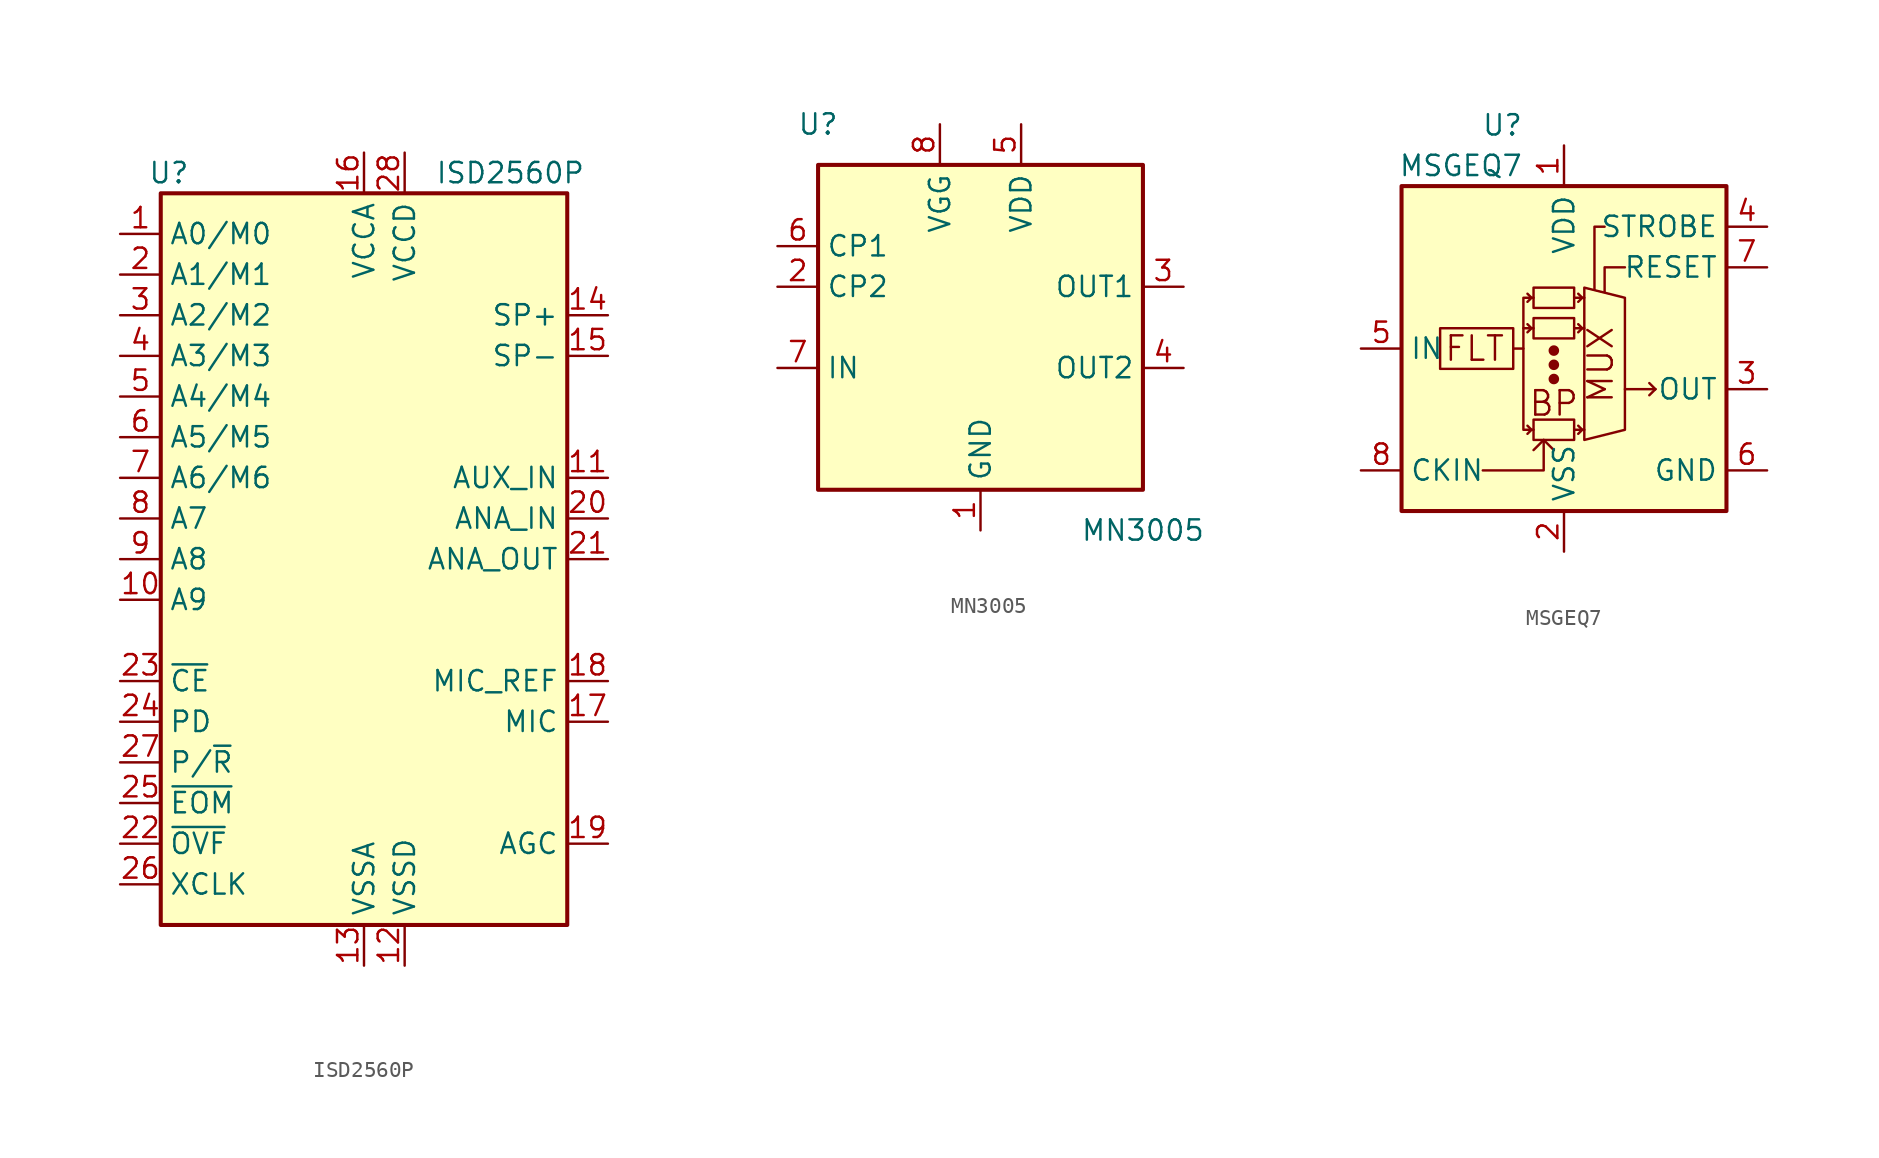
<source format=kicad_sym>
(kicad_symbol_lib
  (version 20231120)
  (generator "kicad_symbol_editor")
  (generator_version "8.0")
  (symbol "ISD2560P"
    (property "Reference" "U"
      (at -12.192 24.13 0)
      (effects (font (size 1.27 1.27))))
    (property "Value" "ISD2560P"
      (at 9.144 24.13 0)
      (effects (font (size 1.27 1.27))))
    (symbol "ISD2560P_0_1"
      (rectangle (start -12.7 22.86) (end 12.7 -22.86) (stroke (width 0.254) (type solid)) (fill (type background))))
    (symbol "ISD2560P_1_1"
      (pin input line (at -15.24 20.32 0) (length 2.54) (name "A0/M0" (effects (font (size 1.27 1.27)))) (number "1" (effects (font (size 1.27 1.27)))))
      (pin input line (at -15.24 -2.54 0) (length 2.54) (name "A9" (effects (font (size 1.27 1.27)))) (number "10" (effects (font (size 1.27 1.27)))))
      (pin input line (at 15.24 5.08 180) (length 2.54) (name "AUX_IN" (effects (font (size 1.27 1.27)))) (number "11" (effects (font (size 1.27 1.27)))))
      (pin power_in line (at 2.54 -25.4 90) (length 2.54) (name "VSSD" (effects (font (size 1.27 1.27)))) (number "12" (effects (font (size 1.27 1.27)))))
      (pin power_in line (at 0 -25.4 90) (length 2.54) (name "VSSA" (effects (font (size 1.27 1.27)))) (number "13" (effects (font (size 1.27 1.27)))))
      (pin output line (at 15.24 15.24 180) (length 2.54) (name "SP+" (effects (font (size 1.27 1.27)))) (number "14" (effects (font (size 1.27 1.27)))))
      (pin output line (at 15.24 12.7 180) (length 2.54) (name "SP-" (effects (font (size 1.27 1.27)))) (number "15" (effects (font (size 1.27 1.27)))))
      (pin power_in line (at 0 25.4 270) (length 2.54) (name "VCCA" (effects (font (size 1.27 1.27)))) (number "16" (effects (font (size 1.27 1.27)))))
      (pin input line (at 15.24 -10.16 180) (length 2.54) (name "MIC" (effects (font (size 1.27 1.27)))) (number "17" (effects (font (size 1.27 1.27)))))
      (pin passive line (at 15.24 -7.62 180) (length 2.54) (name "MIC_REF" (effects (font (size 1.27 1.27)))) (number "18" (effects (font (size 1.27 1.27)))))
      (pin passive line (at 15.24 -17.78 180) (length 2.54) (name "AGC" (effects (font (size 1.27 1.27)))) (number "19" (effects (font (size 1.27 1.27)))))
      (pin input line (at -15.24 17.78 0) (length 2.54) (name "A1/M1" (effects (font (size 1.27 1.27)))) (number "2" (effects (font (size 1.27 1.27)))))
      (pin input line (at 15.24 2.54 180) (length 2.54) (name "ANA_IN" (effects (font (size 1.27 1.27)))) (number "20" (effects (font (size 1.27 1.27)))))
      (pin output line (at 15.24 0 180) (length 2.54) (name "ANA_OUT" (effects (font (size 1.27 1.27)))) (number "21" (effects (font (size 1.27 1.27)))))
      (pin output line (at -15.24 -17.78 0) (length 2.54) (name "~{OVF}" (effects (font (size 1.27 1.27)))) (number "22" (effects (font (size 1.27 1.27)))))
      (pin input line (at -15.24 -7.62 0) (length 2.54) (name "~{CE}" (effects (font (size 1.27 1.27)))) (number "23" (effects (font (size 1.27 1.27)))))
      (pin input line (at -15.24 -10.16 0) (length 2.54) (name "PD" (effects (font (size 1.27 1.27)))) (number "24" (effects (font (size 1.27 1.27)))))
      (pin output line (at -15.24 -15.24 0) (length 2.54) (name "~{EOM}" (effects (font (size 1.27 1.27)))) (number "25" (effects (font (size 1.27 1.27)))))
      (pin input line (at -15.24 -20.32 0) (length 2.54) (name "XCLK" (effects (font (size 1.27 1.27)))) (number "26" (effects (font (size 1.27 1.27)))))
      (pin input line (at -15.24 -12.7 0) (length 2.54) (name "P/~{R}" (effects (font (size 1.27 1.27)))) (number "27" (effects (font (size 1.27 1.27)))))
      (pin power_in line (at 2.54 25.4 270) (length 2.54) (name "VCCD" (effects (font (size 1.27 1.27)))) (number "28" (effects (font (size 1.27 1.27)))))
      (pin input line (at -15.24 15.24 0) (length 2.54) (name "A2/M2" (effects (font (size 1.27 1.27)))) (number "3" (effects (font (size 1.27 1.27)))))
      (pin input line (at -15.24 12.7 0) (length 2.54) (name "A3/M3" (effects (font (size 1.27 1.27)))) (number "4" (effects (font (size 1.27 1.27)))))
      (pin input line (at -15.24 10.16 0) (length 2.54) (name "A4/M4" (effects (font (size 1.27 1.27)))) (number "5" (effects (font (size 1.27 1.27)))))
      (pin input line (at -15.24 7.62 0) (length 2.54) (name "A5/M5" (effects (font (size 1.27 1.27)))) (number "6" (effects (font (size 1.27 1.27)))))
      (pin input line (at -15.24 5.08 0) (length 2.54) (name "A6/M6" (effects (font (size 1.27 1.27)))) (number "7" (effects (font (size 1.27 1.27)))))
      (pin input line (at -15.24 2.54 0) (length 2.54) (name "A7" (effects (font (size 1.27 1.27)))) (number "8" (effects (font (size 1.27 1.27)))))
      (pin input line (at -15.24 0 0) (length 2.54) (name "A8" (effects (font (size 1.27 1.27)))) (number "9" (effects (font (size 1.27 1.27)))))))
  (symbol "MN3005"
    (property "Reference" "U"
      (at -10.16 12.7 0)
      (effects (font (size 1.27 1.27))))
    (property "Value" "MN3005"
      (at 10.16 -12.7 0)
      (effects (font (size 1.27 1.27))))
    (symbol "MN3005_0_1"
      (rectangle (start -10.16 10.16) (end 10.16 -10.16) (stroke (width 0.254) (type solid)) (fill (type background))))
    (symbol "MN3005_1_1"
      (pin power_in line (at 0 -12.7 90) (length 2.54) (name "GND" (effects (font (size 1.27 1.27)))) (number "1" (effects (font (size 1.27 1.27)))))
      (pin input line (at -12.7 2.54 0) (length 2.54) (name "CP2" (effects (font (size 1.27 1.27)))) (number "2" (effects (font (size 1.27 1.27)))))
      (pin output line (at 12.7 2.54 180) (length 2.54) (name "OUT1" (effects (font (size 1.27 1.27)))) (number "3" (effects (font (size 1.27 1.27)))))
      (pin output line (at 12.7 -2.54 180) (length 2.54) (name "OUT2" (effects (font (size 1.27 1.27)))) (number "4" (effects (font (size 1.27 1.27)))))
      (pin power_in line (at 2.54 12.7 270) (length 2.54) (name "VDD" (effects (font (size 1.27 1.27)))) (number "5" (effects (font (size 1.27 1.27)))))
      (pin input line (at -12.7 5.08 0) (length 2.54) (name "CP1" (effects (font (size 1.27 1.27)))) (number "6" (effects (font (size 1.27 1.27)))))
      (pin input line (at -12.7 -2.54 0) (length 2.54) (name "IN" (effects (font (size 1.27 1.27)))) (number "7" (effects (font (size 1.27 1.27)))))
      (pin power_in line (at -2.54 12.7 270) (length 2.54) (name "VGG" (effects (font (size 1.27 1.27)))) (number "8" (effects (font (size 1.27 1.27)))))))
  (symbol "MSGEQ7"
    (property "Reference" "U"
      (at -2.54 13.97 0)
      (effects (font (size 1.27 1.27)) (justify right)))
    (property "Value" "MSGEQ7"
      (at -2.54 11.43 0)
      (effects (font (size 1.27 1.27)) (justify right)))
    (symbol "MSGEQ7_0_0"
      (polyline (pts (xy -5.08 -7.62) (xy -1.27 -7.62) (xy -1.27 -5.715)) (stroke (width 0) (type solid)) (fill (type none)))
      (polyline (pts (xy -1.905 -6.35) (xy -1.27 -5.715) (xy -0.635 -6.35)) (stroke (width 0) (type solid)) (fill (type none)))
      (polyline (pts (xy 2.54 7.62) (xy 1.905 7.62) (xy 1.905 3.683)) (stroke (width 0) (type solid)) (fill (type none)))
      (polyline (pts (xy 3.81 5.08) (xy 2.54 5.08) (xy 2.54 3.556)) (stroke (width 0) (type solid)) (fill (type none)))
      (text "BP" (at -0.635 -3.429 0) (effects (font (size 1.524 1.524))))
      (text "FLT" (at -5.588 0 0) (effects (font (size 1.524 1.524))))
      (text "MUX" (at 2.286 -1.016 900) (effects (font (size 1.524 1.524)))))
    (symbol "MSGEQ7_0_1"
      (rectangle (start -3.175 -1.27) (end -7.747 1.27) (stroke (width 0) (type solid)) (fill (type none)))
      (rectangle (start -1.905 -4.445) (end 0.635 -5.715) (stroke (width 0) (type solid)) (fill (type none)))
      (rectangle (start -1.905 1.905) (end 0.635 0.635) (stroke (width 0) (type solid)) (fill (type none)))
      (circle (center -0.635 -1.905) (radius 0.254) (stroke (width 0) (type solid)) (fill (type outline)))
      (circle (center -0.635 -1.016) (radius 0.254) (stroke (width 0) (type solid)) (fill (type outline)))
      (circle (center -0.635 -0.127) (radius 0.254) (stroke (width 0) (type solid)) (fill (type outline)))
      (polyline (pts (xy -3.175 0) (xy -2.54 0)) (stroke (width 0) (type solid)) (fill (type none)))
      (polyline (pts (xy -2.54 1.27) (xy -1.905 1.27)) (stroke (width 0) (type solid)) (fill (type none)))
      (polyline (pts (xy 0.635 -5.08) (xy 1.27 -5.08)) (stroke (width 0) (type solid)) (fill (type none)))
      (polyline (pts (xy 0.635 1.27) (xy 1.27 1.27)) (stroke (width 0) (type solid)) (fill (type none)))
      (polyline (pts (xy 0.635 3.175) (xy 1.27 3.175)) (stroke (width 0) (type solid)) (fill (type none)))
      (polyline (pts (xy 3.81 -2.54) (xy 5.715 -2.54)) (stroke (width 0) (type solid)) (fill (type none)))
      (polyline (pts (xy 5.715 -2.54) (xy 5.334 -2.921)) (stroke (width 0) (type solid)) (fill (type none)))
      (polyline (pts (xy 5.715 -2.54) (xy 5.334 -2.159)) (stroke (width 0) (type solid)) (fill (type none)))
      (polyline (pts (xy -2.286 -4.826) (xy -2.032 -5.08) (xy -2.286 -5.334)) (stroke (width 0) (type solid)) (fill (type none)))
      (polyline (pts (xy -2.286 1.524) (xy -2.032 1.27) (xy -2.286 1.016)) (stroke (width 0) (type solid)) (fill (type none)))
      (polyline (pts (xy -2.286 3.429) (xy -2.032 3.175) (xy -2.286 2.921)) (stroke (width 0) (type solid)) (fill (type none)))
      (polyline (pts (xy 0.889 -4.826) (xy 1.143 -5.08) (xy 0.889 -5.334)) (stroke (width 0) (type solid)) (fill (type none)))
      (polyline (pts (xy 0.889 1.524) (xy 1.143 1.27) (xy 0.889 1.016)) (stroke (width 0) (type solid)) (fill (type none)))
      (polyline (pts (xy 0.889 3.429) (xy 1.143 3.175) (xy 0.889 2.921)) (stroke (width 0) (type solid)) (fill (type none)))
      (polyline (pts (xy -1.905 3.175) (xy -2.54 3.175) (xy -2.54 -5.08) (xy -1.905 -5.08)) (stroke (width 0) (type solid)) (fill (type none)))
      (polyline (pts (xy 1.27 3.81) (xy 1.27 -5.715) (xy 3.81 -5.08) (xy 3.81 3.175) (xy 1.27 3.81)) (stroke (width 0) (type solid)) (fill (type none)))
      (rectangle (start 0.635 2.54) (end -1.905 3.81) (stroke (width 0) (type solid)) (fill (type none)))
      (rectangle (start 10.16 10.16) (end -10.16 -10.16) (stroke (width 0.254) (type solid)) (fill (type background))))
    (symbol "MSGEQ7_1_1"
      (pin power_in line (at 0 12.7 270) (length 2.54) (name "VDD" (effects (font (size 1.27 1.27)))) (number "1" (effects (font (size 1.27 1.27)))))
      (pin power_in line (at 0 -12.7 90) (length 2.54) (name "VSS" (effects (font (size 1.27 1.27)))) (number "2" (effects (font (size 1.27 1.27)))))
      (pin output line (at 12.7 -2.54 180) (length 2.54) (name "OUT" (effects (font (size 1.27 1.27)))) (number "3" (effects (font (size 1.27 1.27)))))
      (pin input line (at 12.7 7.62 180) (length 2.54) (name "STROBE" (effects (font (size 1.27 1.27)))) (number "4" (effects (font (size 1.27 1.27)))))
      (pin input line (at -12.7 0 0) (length 2.54) (name "IN" (effects (font (size 1.27 1.27)))) (number "5" (effects (font (size 1.27 1.27)))))
      (pin power_out line (at 12.7 -7.62 180) (length 2.54) (name "GND" (effects (font (size 1.27 1.27)))) (number "6" (effects (font (size 1.27 1.27)))))
      (pin input line (at 12.7 5.08 180) (length 2.54) (name "RESET" (effects (font (size 1.27 1.27)))) (number "7" (effects (font (size 1.27 1.27)))))
      (pin input line (at -12.7 -7.62 0) (length 2.54) (name "CKIN" (effects (font (size 1.27 1.27)))) (number "8" (effects (font (size 1.27 1.27))))))))
</source>
